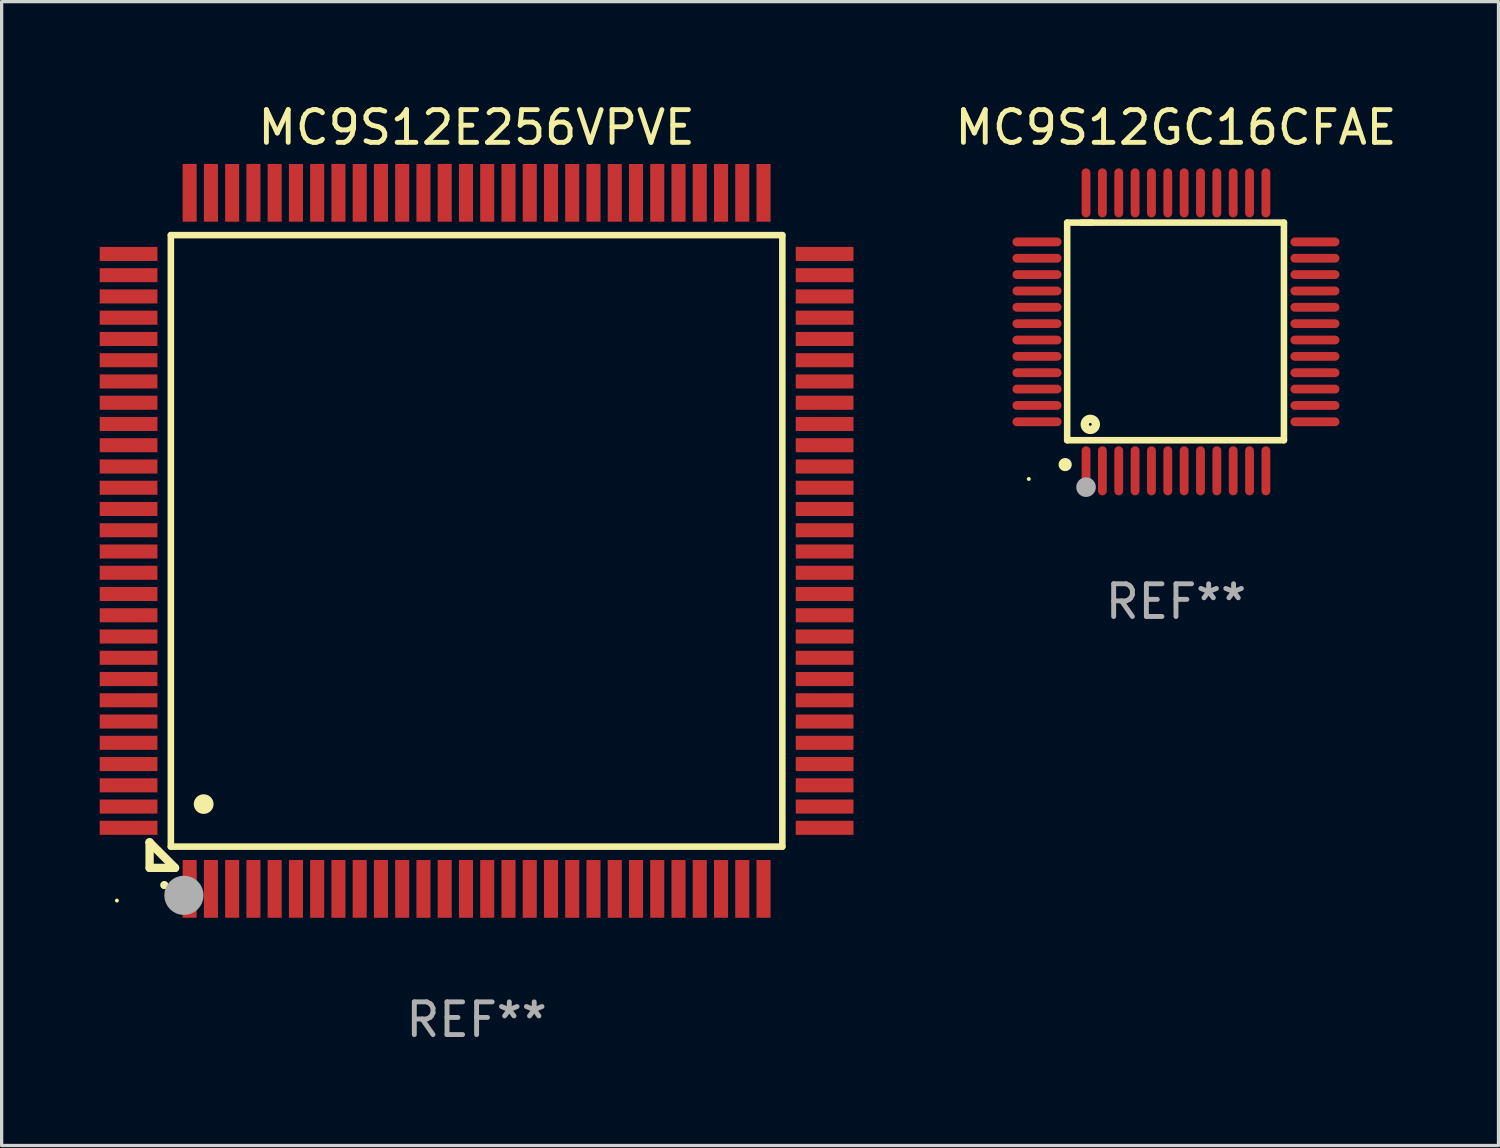
<source format=kicad_pcb>
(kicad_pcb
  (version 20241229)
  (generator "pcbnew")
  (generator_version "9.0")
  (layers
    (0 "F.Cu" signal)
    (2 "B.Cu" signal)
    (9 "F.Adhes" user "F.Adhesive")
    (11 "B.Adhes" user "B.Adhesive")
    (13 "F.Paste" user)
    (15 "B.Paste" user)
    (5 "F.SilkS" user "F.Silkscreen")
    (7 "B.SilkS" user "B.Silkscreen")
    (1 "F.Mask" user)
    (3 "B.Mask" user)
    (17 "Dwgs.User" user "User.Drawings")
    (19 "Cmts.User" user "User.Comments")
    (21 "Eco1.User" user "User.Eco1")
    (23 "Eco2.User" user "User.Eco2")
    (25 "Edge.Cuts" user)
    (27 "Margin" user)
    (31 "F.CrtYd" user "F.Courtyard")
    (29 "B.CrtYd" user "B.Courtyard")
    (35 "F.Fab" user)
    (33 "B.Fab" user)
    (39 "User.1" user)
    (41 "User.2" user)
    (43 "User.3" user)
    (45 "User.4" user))
  (footprint "MC9S12GC16CFAE"
    (layer "F.Cu")
    (at 32.913 7.098)
    (property "Reference" "MC9S12GC16CFAE" (at 0 -6.25 0) (layer "F.SilkS") (effects (font (size 1 1) (thickness 0.15))))
    (attr through_hole)
    (fp_line (start -3.327 -3.34) (end -2.565 -3.34) (stroke (width 0.2) (type solid)) (layer "F.SilkS"))
    (fp_line (start -3.327 3.315) (end -3.327 -3.34) (stroke (width 0.2) (type solid)) (layer "F.SilkS"))
    (fp_line (start -2.896 -3.34) (end 3.302 -3.34) (stroke (width 0.2) (type solid)) (layer "F.SilkS"))
    (fp_line (start 3.302 -3.34) (end 3.302 3.315) (stroke (width 0.2) (type solid)) (layer "F.SilkS"))
    (fp_line (start 3.302 3.315) (end -3.327 3.315) (stroke (width 0.2) (type solid)) (layer "F.SilkS"))
    (fp_arc (start -3.389992 4.059995) (mid -3.388722 4.059991) (end -3.387452 4.059995) (stroke (width 0.4) (type solid)) (layer "F.SilkS"))
    (fp_circle (center -4.5 4.5) (end -4.47 4.5) (stroke (width 0.06) (type solid)) (fill no) (layer "F.SilkS"))
    (fp_circle (center -2.62 2.83) (end -2.45 2.83) (stroke (width 0.254) (type solid)) (fill no) (layer "F.SilkS"))
    (fp_circle (center -2.75 4.75) (end -2.6 4.75) (stroke (width 0.3) (type solid)) (fill no) (layer "F.Fab"))
    (fp_text user "REF**" (at 0 8.25 0) (layer "F.Fab") (effects (font (size 1 1) (thickness 0.15))))
    (pad "1" smd oval (at -2.75 4.25) (size 0.27 1.5) (layers "F.Cu" "F.Mask" "F.Paste"))
    (pad "2" smd oval (at -2.25 4.25) (size 0.27 1.5) (layers "F.Cu" "F.Mask" "F.Paste"))
    (pad "3" smd oval (at -1.75 4.25) (size 0.27 1.5) (layers "F.Cu" "F.Mask" "F.Paste"))
    (pad "4" smd oval (at -1.25 4.25) (size 0.27 1.5) (layers "F.Cu" "F.Mask" "F.Paste"))
    (pad "5" smd oval (at -0.75 4.25) (size 0.27 1.5) (layers "F.Cu" "F.Mask" "F.Paste"))
    (pad "6" smd oval (at -0.25 4.25) (size 0.27 1.5) (layers "F.Cu" "F.Mask" "F.Paste"))
    (pad "7" smd oval (at 0.25 4.25) (size 0.27 1.5) (layers "F.Cu" "F.Mask" "F.Paste"))
    (pad "8" smd oval (at 0.75 4.25) (size 0.27 1.5) (layers "F.Cu" "F.Mask" "F.Paste"))
    (pad "9" smd oval (at 1.25 4.25) (size 0.27 1.5) (layers "F.Cu" "F.Mask" "F.Paste"))
    (pad "10" smd oval (at 1.75 4.25) (size 0.27 1.5) (layers "F.Cu" "F.Mask" "F.Paste"))
    (pad "11" smd oval (at 2.25 4.25) (size 0.27 1.5) (layers "F.Cu" "F.Mask" "F.Paste"))
    (pad "12" smd oval (at 2.75 4.25) (size 0.27 1.5) (layers "F.Cu" "F.Mask" "F.Paste"))
    (pad "13" smd oval (at 4.25 2.75) (size 1.5 0.27) (layers "F.Cu" "F.Mask" "F.Paste"))
    (pad "14" smd oval (at 4.25 2.25) (size 1.5 0.27) (layers "F.Cu" "F.Mask" "F.Paste"))
    (pad "15" smd oval (at 4.25 1.75) (size 1.5 0.27) (layers "F.Cu" "F.Mask" "F.Paste"))
    (pad "16" smd oval (at 4.25 1.25) (size 1.5 0.27) (layers "F.Cu" "F.Mask" "F.Paste"))
    (pad "17" smd oval (at 4.25 0.75) (size 1.5 0.27) (layers "F.Cu" "F.Mask" "F.Paste"))
    (pad "18" smd oval (at 4.25 0.25) (size 1.5 0.27) (layers "F.Cu" "F.Mask" "F.Paste"))
    (pad "19" smd oval (at 4.25 -0.25) (size 1.5 0.27) (layers "F.Cu" "F.Mask" "F.Paste"))
    (pad "20" smd oval (at 4.25 -0.75) (size 1.5 0.27) (layers "F.Cu" "F.Mask" "F.Paste"))
    (pad "21" smd oval (at 4.25 -1.25) (size 1.5 0.27) (layers "F.Cu" "F.Mask" "F.Paste"))
    (pad "22" smd oval (at 4.25 -1.75) (size 1.5 0.27) (layers "F.Cu" "F.Mask" "F.Paste"))
    (pad "23" smd oval (at 4.25 -2.25) (size 1.5 0.27) (layers "F.Cu" "F.Mask" "F.Paste"))
    (pad "24" smd oval (at 4.25 -2.75) (size 1.5 0.27) (layers "F.Cu" "F.Mask" "F.Paste"))
    (pad "25" smd oval (at 2.75 -4.25) (size 0.27 1.5) (layers "F.Cu" "F.Mask" "F.Paste"))
    (pad "26" smd oval (at 2.25 -4.25) (size 0.27 1.5) (layers "F.Cu" "F.Mask" "F.Paste"))
    (pad "27" smd oval (at 1.75 -4.25) (size 0.27 1.5) (layers "F.Cu" "F.Mask" "F.Paste"))
    (pad "28" smd oval (at 1.25 -4.25) (size 0.27 1.5) (layers "F.Cu" "F.Mask" "F.Paste"))
    (pad "29" smd oval (at 0.75 -4.25) (size 0.27 1.5) (layers "F.Cu" "F.Mask" "F.Paste"))
    (pad "30" smd oval (at 0.25 -4.25) (size 0.27 1.5) (layers "F.Cu" "F.Mask" "F.Paste"))
    (pad "31" smd oval (at -0.25 -4.25) (size 0.27 1.5) (layers "F.Cu" "F.Mask" "F.Paste"))
    (pad "32" smd oval (at -0.75 -4.25) (size 0.27 1.5) (layers "F.Cu" "F.Mask" "F.Paste"))
    (pad "33" smd oval (at -1.25 -4.25) (size 0.27 1.5) (layers "F.Cu" "F.Mask" "F.Paste"))
    (pad "34" smd oval (at -1.75 -4.25) (size 0.27 1.5) (layers "F.Cu" "F.Mask" "F.Paste"))
    (pad "35" smd oval (at -2.25 -4.25) (size 0.27 1.5) (layers "F.Cu" "F.Mask" "F.Paste"))
    (pad "36" smd oval (at -2.75 -4.25) (size 0.27 1.5) (layers "F.Cu" "F.Mask" "F.Paste"))
    (pad "37" smd oval (at -4.25 -2.75) (size 1.5 0.27) (layers "F.Cu" "F.Mask" "F.Paste"))
    (pad "38" smd oval (at -4.25 -2.25) (size 1.5 0.27) (layers "F.Cu" "F.Mask" "F.Paste"))
    (pad "39" smd oval (at -4.25 -1.75) (size 1.5 0.27) (layers "F.Cu" "F.Mask" "F.Paste"))
    (pad "40" smd oval (at -4.25 -1.25) (size 1.5 0.27) (layers "F.Cu" "F.Mask" "F.Paste"))
    (pad "41" smd oval (at -4.25 -0.75) (size 1.5 0.27) (layers "F.Cu" "F.Mask" "F.Paste"))
    (pad "42" smd oval (at -4.25 -0.25) (size 1.5 0.27) (layers "F.Cu" "F.Mask" "F.Paste"))
    (pad "43" smd oval (at -4.25 0.25) (size 1.5 0.27) (layers "F.Cu" "F.Mask" "F.Paste"))
    (pad "44" smd oval (at -4.25 0.75) (size 1.5 0.27) (layers "F.Cu" "F.Mask" "F.Paste"))
    (pad "45" smd oval (at -4.25 1.25) (size 1.5 0.27) (layers "F.Cu" "F.Mask" "F.Paste"))
    (pad "46" smd oval (at -4.25 1.75) (size 1.5 0.27) (layers "F.Cu" "F.Mask" "F.Paste"))
    (pad "47" smd oval (at -4.25 2.25) (size 1.5 0.27) (layers "F.Cu" "F.Mask" "F.Paste"))
    (pad "48" smd oval (at -4.25 2.75) (size 1.5 0.27) (layers "F.Cu" "F.Mask" "F.Paste")))
  (footprint "MC9S12E256VPVE"
    (layer "F.Cu")
    (at 11.525 13.491)
    (property "Reference" "MC9S12E256VPVE" (at 0 -12.643 0) (layer "F.SilkS") (effects (font (size 1 1) (thickness 0.15))))
    (attr through_hole)
    (fp_line (start -10 9.221) (end -10 9.221) (stroke (width 0.254) (type solid)) (layer "F.SilkS"))
    (fp_line (start -10 9.221) (end -10 10) (stroke (width 0.254) (type solid)) (layer "F.SilkS"))
    (fp_line (start -10 9.221) (end -9.221 10) (stroke (width 0.254) (type solid)) (layer "F.SilkS"))
    (fp_line (start -10 10) (end -9.221 10) (stroke (width 0.254) (type solid)) (layer "F.SilkS"))
    (fp_line (start -9.35 -9.35) (end -9.35 9.35) (stroke (width 0.201) (type solid)) (layer "F.SilkS"))
    (fp_line (start -9.35 9.35) (end 9.35 9.35) (stroke (width 0.201) (type solid)) (layer "F.SilkS"))
    (fp_line (start 9.35 -9.35) (end -9.35 -9.35) (stroke (width 0.201) (type solid)) (layer "F.SilkS"))
    (fp_line (start 9.35 9.35) (end 9.35 -9.35) (stroke (width 0.201) (type solid)) (layer "F.SilkS"))
    (fp_arc (start -9.550546 10.525832) (mid -9.549276 10.525826) (end -9.548006 10.525832) (stroke (width 0.24892) (type solid)) (layer "F.SilkS"))
    (fp_arc (start -8.349124 8.049327) (mid -8.346584 8.049316) (end -8.344044 8.049327) (stroke (width 0.599441) (type solid)) (layer "F.SilkS"))
    (fp_circle (center -11 11) (end -10.97 11) (stroke (width 0.06) (type solid)) (fill no) (layer "F.SilkS"))
    (fp_circle (center -8.95 10.84) (end -8.65 10.84) (stroke (width 0.6) (type solid)) (fill no) (layer "F.Fab"))
    (fp_text user "REF**" (at 0 14.643 0) (layer "F.Fab") (effects (font (size 1 1) (thickness 0.15))))
    (pad "1" smd rect (at -8.775 10.643) (size 0.43 1.765) (layers "F.Cu" "F.Mask" "F.Paste"))
    (pad "2" smd rect (at -8.125 10.643) (size 0.43 1.765) (layers "F.Cu" "F.Mask" "F.Paste"))
    (pad "3" smd rect (at -7.475 10.643) (size 0.43 1.765) (layers "F.Cu" "F.Mask" "F.Paste"))
    (pad "4" smd rect (at -6.825 10.643) (size 0.43 1.765) (layers "F.Cu" "F.Mask" "F.Paste"))
    (pad "5" smd rect (at -6.175 10.643) (size 0.43 1.765) (layers "F.Cu" "F.Mask" "F.Paste"))
    (pad "6" smd rect (at -5.525 10.643) (size 0.43 1.765) (layers "F.Cu" "F.Mask" "F.Paste"))
    (pad "7" smd rect (at -4.875 10.643) (size 0.43 1.765) (layers "F.Cu" "F.Mask" "F.Paste"))
    (pad "8" smd rect (at -4.225 10.643) (size 0.43 1.765) (layers "F.Cu" "F.Mask" "F.Paste"))
    (pad "9" smd rect (at -3.575 10.643) (size 0.43 1.765) (layers "F.Cu" "F.Mask" "F.Paste"))
    (pad "10" smd rect (at -2.925 10.643) (size 0.43 1.765) (layers "F.Cu" "F.Mask" "F.Paste"))
    (pad "11" smd rect (at -2.275 10.643) (size 0.43 1.765) (layers "F.Cu" "F.Mask" "F.Paste"))
    (pad "12" smd rect (at -1.625 10.643) (size 0.43 1.765) (layers "F.Cu" "F.Mask" "F.Paste"))
    (pad "13" smd rect (at -0.975 10.643) (size 0.43 1.765) (layers "F.Cu" "F.Mask" "F.Paste"))
    (pad "14" smd rect (at -0.325 10.643) (size 0.43 1.765) (layers "F.Cu" "F.Mask" "F.Paste"))
    (pad "15" smd rect (at 0.325 10.643) (size 0.43 1.765) (layers "F.Cu" "F.Mask" "F.Paste"))
    (pad "16" smd rect (at 0.975 10.643) (size 0.43 1.765) (layers "F.Cu" "F.Mask" "F.Paste"))
    (pad "17" smd rect (at 1.625 10.643) (size 0.43 1.765) (layers "F.Cu" "F.Mask" "F.Paste"))
    (pad "18" smd rect (at 2.275 10.643) (size 0.43 1.765) (layers "F.Cu" "F.Mask" "F.Paste"))
    (pad "19" smd rect (at 2.925 10.643) (size 0.43 1.765) (layers "F.Cu" "F.Mask" "F.Paste"))
    (pad "20" smd rect (at 3.575 10.643) (size 0.43 1.765) (layers "F.Cu" "F.Mask" "F.Paste"))
    (pad "21" smd rect (at 4.225 10.643) (size 0.43 1.765) (layers "F.Cu" "F.Mask" "F.Paste"))
    (pad "22" smd rect (at 4.875 10.643) (size 0.43 1.765) (layers "F.Cu" "F.Mask" "F.Paste"))
    (pad "23" smd rect (at 5.525 10.643) (size 0.43 1.765) (layers "F.Cu" "F.Mask" "F.Paste"))
    (pad "24" smd rect (at 6.175 10.643) (size 0.43 1.765) (layers "F.Cu" "F.Mask" "F.Paste"))
    (pad "25" smd rect (at 6.825 10.643) (size 0.43 1.765) (layers "F.Cu" "F.Mask" "F.Paste"))
    (pad "26" smd rect (at 7.475 10.643) (size 0.43 1.765) (layers "F.Cu" "F.Mask" "F.Paste"))
    (pad "27" smd rect (at 8.125 10.643) (size 0.43 1.765) (layers "F.Cu" "F.Mask" "F.Paste"))
    (pad "28" smd rect (at 8.775 10.643) (size 0.43 1.765) (layers "F.Cu" "F.Mask" "F.Paste"))
    (pad "29" smd rect (at 10.643 8.775) (size 1.765 0.43) (layers "F.Cu" "F.Mask" "F.Paste"))
    (pad "30" smd rect (at 10.643 8.125) (size 1.765 0.43) (layers "F.Cu" "F.Mask" "F.Paste"))
    (pad "31" smd rect (at 10.643 7.475) (size 1.765 0.43) (layers "F.Cu" "F.Mask" "F.Paste"))
    (pad "32" smd rect (at 10.643 6.825) (size 1.765 0.43) (layers "F.Cu" "F.Mask" "F.Paste"))
    (pad "33" smd rect (at 10.643 6.175) (size 1.765 0.43) (layers "F.Cu" "F.Mask" "F.Paste"))
    (pad "34" smd rect (at 10.643 5.525) (size 1.765 0.43) (layers "F.Cu" "F.Mask" "F.Paste"))
    (pad "35" smd rect (at 10.643 4.875) (size 1.765 0.43) (layers "F.Cu" "F.Mask" "F.Paste"))
    (pad "36" smd rect (at 10.643 4.225) (size 1.765 0.43) (layers "F.Cu" "F.Mask" "F.Paste"))
    (pad "37" smd rect (at 10.643 3.575) (size 1.765 0.43) (layers "F.Cu" "F.Mask" "F.Paste"))
    (pad "38" smd rect (at 10.643 2.925) (size 1.765 0.43) (layers "F.Cu" "F.Mask" "F.Paste"))
    (pad "39" smd rect (at 10.643 2.275) (size 1.765 0.43) (layers "F.Cu" "F.Mask" "F.Paste"))
    (pad "40" smd rect (at 10.643 1.625) (size 1.765 0.43) (layers "F.Cu" "F.Mask" "F.Paste"))
    (pad "41" smd rect (at 10.643 0.975) (size 1.765 0.43) (layers "F.Cu" "F.Mask" "F.Paste"))
    (pad "42" smd rect (at 10.643 0.325) (size 1.765 0.43) (layers "F.Cu" "F.Mask" "F.Paste"))
    (pad "43" smd rect (at 10.643 -0.325) (size 1.765 0.43) (layers "F.Cu" "F.Mask" "F.Paste"))
    (pad "44" smd rect (at 10.643 -0.975) (size 1.765 0.43) (layers "F.Cu" "F.Mask" "F.Paste"))
    (pad "45" smd rect (at 10.643 -1.625) (size 1.765 0.43) (layers "F.Cu" "F.Mask" "F.Paste"))
    (pad "46" smd rect (at 10.643 -2.275) (size 1.765 0.43) (layers "F.Cu" "F.Mask" "F.Paste"))
    (pad "47" smd rect (at 10.643 -2.925) (size 1.765 0.43) (layers "F.Cu" "F.Mask" "F.Paste"))
    (pad "48" smd rect (at 10.643 -3.575) (size 1.765 0.43) (layers "F.Cu" "F.Mask" "F.Paste"))
    (pad "49" smd rect (at 10.643 -4.225) (size 1.765 0.43) (layers "F.Cu" "F.Mask" "F.Paste"))
    (pad "50" smd rect (at 10.643 -4.875) (size 1.765 0.43) (layers "F.Cu" "F.Mask" "F.Paste"))
    (pad "51" smd rect (at 10.643 -5.525) (size 1.765 0.43) (layers "F.Cu" "F.Mask" "F.Paste"))
    (pad "52" smd rect (at 10.643 -6.175) (size 1.765 0.43) (layers "F.Cu" "F.Mask" "F.Paste"))
    (pad "53" smd rect (at 10.643 -6.825) (size 1.765 0.43) (layers "F.Cu" "F.Mask" "F.Paste"))
    (pad "54" smd rect (at 10.643 -7.475) (size 1.765 0.43) (layers "F.Cu" "F.Mask" "F.Paste"))
    (pad "55" smd rect (at 10.643 -8.125) (size 1.765 0.43) (layers "F.Cu" "F.Mask" "F.Paste"))
    (pad "56" smd rect (at 10.643 -8.775) (size 1.765 0.43) (layers "F.Cu" "F.Mask" "F.Paste"))
    (pad "57" smd rect (at 8.775 -10.643) (size 0.43 1.765) (layers "F.Cu" "F.Mask" "F.Paste"))
    (pad "58" smd rect (at 8.125 -10.643) (size 0.43 1.765) (layers "F.Cu" "F.Mask" "F.Paste"))
    (pad "59" smd rect (at 7.475 -10.643) (size 0.43 1.765) (layers "F.Cu" "F.Mask" "F.Paste"))
    (pad "60" smd rect (at 6.825 -10.643) (size 0.43 1.765) (layers "F.Cu" "F.Mask" "F.Paste"))
    (pad "61" smd rect (at 6.175 -10.643) (size 0.43 1.765) (layers "F.Cu" "F.Mask" "F.Paste"))
    (pad "62" smd rect (at 5.525 -10.643) (size 0.43 1.765) (layers "F.Cu" "F.Mask" "F.Paste"))
    (pad "63" smd rect (at 4.875 -10.643) (size 0.43 1.765) (layers "F.Cu" "F.Mask" "F.Paste"))
    (pad "64" smd rect (at 4.225 -10.643) (size 0.43 1.765) (layers "F.Cu" "F.Mask" "F.Paste"))
    (pad "65" smd rect (at 3.575 -10.643) (size 0.43 1.765) (layers "F.Cu" "F.Mask" "F.Paste"))
    (pad "66" smd rect (at 2.925 -10.643) (size 0.43 1.765) (layers "F.Cu" "F.Mask" "F.Paste"))
    (pad "67" smd rect (at 2.275 -10.643) (size 0.43 1.765) (layers "F.Cu" "F.Mask" "F.Paste"))
    (pad "68" smd rect (at 1.625 -10.643) (size 0.43 1.765) (layers "F.Cu" "F.Mask" "F.Paste"))
    (pad "69" smd rect (at 0.975 -10.643) (size 0.43 1.765) (layers "F.Cu" "F.Mask" "F.Paste"))
    (pad "70" smd rect (at 0.325 -10.643) (size 0.43 1.765) (layers "F.Cu" "F.Mask" "F.Paste"))
    (pad "71" smd rect (at -0.325 -10.643) (size 0.43 1.765) (layers "F.Cu" "F.Mask" "F.Paste"))
    (pad "72" smd rect (at -0.975 -10.643) (size 0.43 1.765) (layers "F.Cu" "F.Mask" "F.Paste"))
    (pad "73" smd rect (at -1.625 -10.643) (size 0.43 1.765) (layers "F.Cu" "F.Mask" "F.Paste"))
    (pad "74" smd rect (at -2.275 -10.643) (size 0.43 1.765) (layers "F.Cu" "F.Mask" "F.Paste"))
    (pad "75" smd rect (at -2.925 -10.643) (size 0.43 1.765) (layers "F.Cu" "F.Mask" "F.Paste"))
    (pad "76" smd rect (at -3.575 -10.643) (size 0.43 1.765) (layers "F.Cu" "F.Mask" "F.Paste"))
    (pad "77" smd rect (at -4.225 -10.643) (size 0.43 1.765) (layers "F.Cu" "F.Mask" "F.Paste"))
    (pad "78" smd rect (at -4.875 -10.643) (size 0.43 1.765) (layers "F.Cu" "F.Mask" "F.Paste"))
    (pad "79" smd rect (at -5.525 -10.643) (size 0.43 1.765) (layers "F.Cu" "F.Mask" "F.Paste"))
    (pad "80" smd rect (at -6.175 -10.643) (size 0.43 1.765) (layers "F.Cu" "F.Mask" "F.Paste"))
    (pad "81" smd rect (at -6.825 -10.643) (size 0.43 1.765) (layers "F.Cu" "F.Mask" "F.Paste"))
    (pad "82" smd rect (at -7.475 -10.643) (size 0.43 1.765) (layers "F.Cu" "F.Mask" "F.Paste"))
    (pad "83" smd rect (at -8.125 -10.643) (size 0.43 1.765) (layers "F.Cu" "F.Mask" "F.Paste"))
    (pad "84" smd rect (at -8.775 -10.643) (size 0.43 1.765) (layers "F.Cu" "F.Mask" "F.Paste"))
    (pad "85" smd rect (at -10.643 -8.775) (size 1.765 0.43) (layers "F.Cu" "F.Mask" "F.Paste"))
    (pad "86" smd rect (at -10.643 -8.125) (size 1.765 0.43) (layers "F.Cu" "F.Mask" "F.Paste"))
    (pad "87" smd rect (at -10.643 -7.475) (size 1.765 0.43) (layers "F.Cu" "F.Mask" "F.Paste"))
    (pad "88" smd rect (at -10.643 -6.825) (size 1.765 0.43) (layers "F.Cu" "F.Mask" "F.Paste"))
    (pad "89" smd rect (at -10.643 -6.175) (size 1.765 0.43) (layers "F.Cu" "F.Mask" "F.Paste"))
    (pad "90" smd rect (at -10.643 -5.525) (size 1.765 0.43) (layers "F.Cu" "F.Mask" "F.Paste"))
    (pad "91" smd rect (at -10.643 -4.875) (size 1.765 0.43) (layers "F.Cu" "F.Mask" "F.Paste"))
    (pad "92" smd rect (at -10.643 -4.225) (size 1.765 0.43) (layers "F.Cu" "F.Mask" "F.Paste"))
    (pad "93" smd rect (at -10.643 -3.575) (size 1.765 0.43) (layers "F.Cu" "F.Mask" "F.Paste"))
    (pad "94" smd rect (at -10.643 -2.925) (size 1.765 0.43) (layers "F.Cu" "F.Mask" "F.Paste"))
    (pad "95" smd rect (at -10.643 -2.275) (size 1.765 0.43) (layers "F.Cu" "F.Mask" "F.Paste"))
    (pad "96" smd rect (at -10.643 -1.625) (size 1.765 0.43) (layers "F.Cu" "F.Mask" "F.Paste"))
    (pad "97" smd rect (at -10.643 -0.975) (size 1.765 0.43) (layers "F.Cu" "F.Mask" "F.Paste"))
    (pad "98" smd rect (at -10.643 -0.325) (size 1.765 0.43) (layers "F.Cu" "F.Mask" "F.Paste"))
    (pad "99" smd rect (at -10.643 0.325) (size 1.765 0.43) (layers "F.Cu" "F.Mask" "F.Paste"))
    (pad "100" smd rect (at -10.643 0.975) (size 1.765 0.43) (layers "F.Cu" "F.Mask" "F.Paste"))
    (pad "101" smd rect (at -10.643 1.625) (size 1.765 0.43) (layers "F.Cu" "F.Mask" "F.Paste"))
    (pad "102" smd rect (at -10.643 2.275) (size 1.765 0.43) (layers "F.Cu" "F.Mask" "F.Paste"))
    (pad "103" smd rect (at -10.643 2.925) (size 1.765 0.43) (layers "F.Cu" "F.Mask" "F.Paste"))
    (pad "104" smd rect (at -10.643 3.575) (size 1.765 0.43) (layers "F.Cu" "F.Mask" "F.Paste"))
    (pad "105" smd rect (at -10.643 4.225) (size 1.765 0.43) (layers "F.Cu" "F.Mask" "F.Paste"))
    (pad "106" smd rect (at -10.643 4.875) (size 1.765 0.43) (layers "F.Cu" "F.Mask" "F.Paste"))
    (pad "107" smd rect (at -10.643 5.525) (size 1.765 0.43) (layers "F.Cu" "F.Mask" "F.Paste"))
    (pad "108" smd rect (at -10.643 6.175) (size 1.765 0.43) (layers "F.Cu" "F.Mask" "F.Paste"))
    (pad "109" smd rect (at -10.643 6.825) (size 1.765 0.43) (layers "F.Cu" "F.Mask" "F.Paste"))
    (pad "110" smd rect (at -10.643 7.475) (size 1.765 0.43) (layers "F.Cu" "F.Mask" "F.Paste"))
    (pad "111" smd rect (at -10.643 8.125) (size 1.765 0.43) (layers "F.Cu" "F.Mask" "F.Paste"))
    (pad "112" smd rect (at -10.643 8.775) (size 1.765 0.43) (layers "F.Cu" "F.Mask" "F.Paste")))
  (gr_rect
    (start -3 -3)
    (end 42.776 31.982)
    (stroke (width 0.1) (type default))
    (fill no)
    (layer "Edge.Cuts")))
</source>
